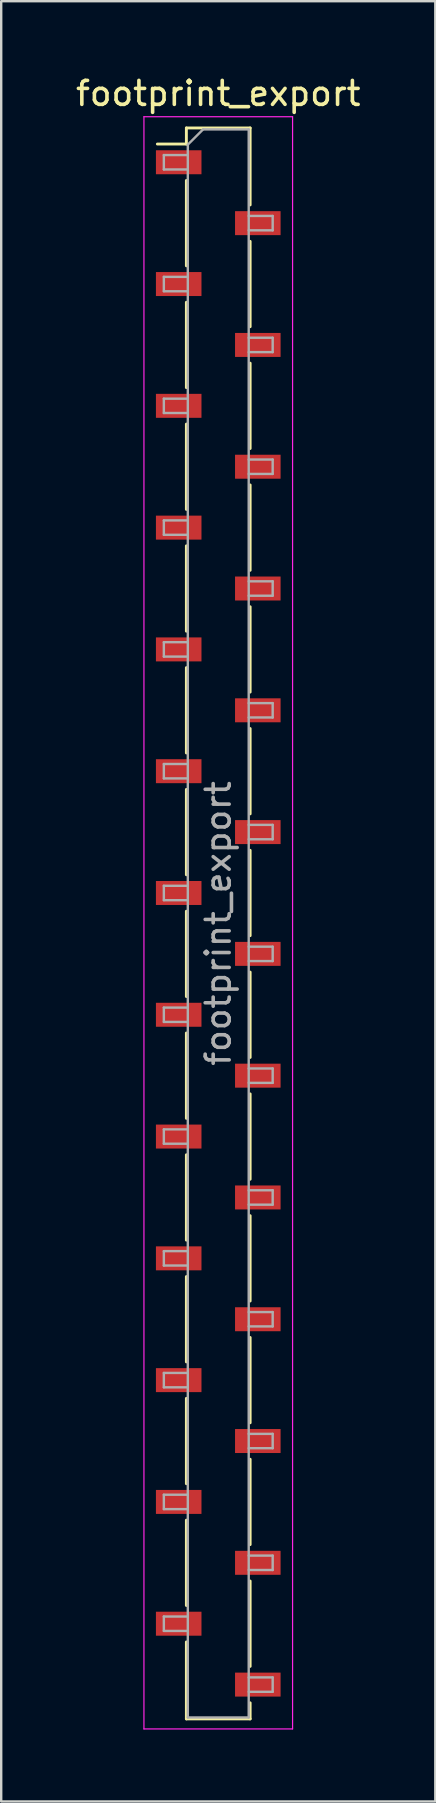
<source format=kicad_pcb>
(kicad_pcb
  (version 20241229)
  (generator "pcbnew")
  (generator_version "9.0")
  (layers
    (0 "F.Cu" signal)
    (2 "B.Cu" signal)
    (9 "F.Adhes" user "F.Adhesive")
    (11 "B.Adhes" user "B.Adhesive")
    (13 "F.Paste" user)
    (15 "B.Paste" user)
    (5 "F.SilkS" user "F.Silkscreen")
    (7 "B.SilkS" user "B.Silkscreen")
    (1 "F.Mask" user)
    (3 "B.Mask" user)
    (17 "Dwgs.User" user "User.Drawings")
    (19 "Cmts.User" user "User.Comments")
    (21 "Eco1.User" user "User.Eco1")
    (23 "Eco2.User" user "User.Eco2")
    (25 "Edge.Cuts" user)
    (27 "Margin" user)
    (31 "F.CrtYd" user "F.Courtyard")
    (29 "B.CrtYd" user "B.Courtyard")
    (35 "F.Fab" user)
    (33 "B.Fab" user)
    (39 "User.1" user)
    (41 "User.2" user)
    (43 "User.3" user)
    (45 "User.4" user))
  (footprint "footprint_export"
    (layer "F.Cu")
    (at 6.054 35.468)
    (property "Reference" "footprint_export" (at 0 -34.62 0) (layer "F.SilkS") (effects (font (size 1 1) (thickness 0.15))))
    (attr smd)
    (fp_line (start -2.54 -32.51) (end -1.33 -32.51) (stroke (width 0.12) (type solid)) (layer "F.SilkS"))
    (fp_line (start -1.33 -33.18) (end -1.33 -32.51) (stroke (width 0.12) (type solid)) (layer "F.SilkS"))
    (fp_line (start -1.33 -33.18) (end 1.33 -33.18) (stroke (width 0.12) (type solid)) (layer "F.SilkS"))
    (fp_line (start -1.33 -30.99) (end -1.33 -27.43) (stroke (width 0.12) (type solid)) (layer "F.SilkS"))
    (fp_line (start -1.33 -25.91) (end -1.33 -22.35) (stroke (width 0.12) (type solid)) (layer "F.SilkS"))
    (fp_line (start -1.33 -20.83) (end -1.33 -17.27) (stroke (width 0.12) (type solid)) (layer "F.SilkS"))
    (fp_line (start -1.33 -15.75) (end -1.33 -12.19) (stroke (width 0.12) (type solid)) (layer "F.SilkS"))
    (fp_line (start -1.33 -10.67) (end -1.33 -7.11) (stroke (width 0.12) (type solid)) (layer "F.SilkS"))
    (fp_line (start -1.33 -5.59) (end -1.33 -2.03) (stroke (width 0.12) (type solid)) (layer "F.SilkS"))
    (fp_line (start -1.33 -0.51) (end -1.33 3.05) (stroke (width 0.12) (type solid)) (layer "F.SilkS"))
    (fp_line (start -1.33 4.57) (end -1.33 8.13) (stroke (width 0.12) (type solid)) (layer "F.SilkS"))
    (fp_line (start -1.33 9.65) (end -1.33 13.21) (stroke (width 0.12) (type solid)) (layer "F.SilkS"))
    (fp_line (start -1.33 14.73) (end -1.33 18.29) (stroke (width 0.12) (type solid)) (layer "F.SilkS"))
    (fp_line (start -1.33 19.81) (end -1.33 23.37) (stroke (width 0.12) (type solid)) (layer "F.SilkS"))
    (fp_line (start -1.33 24.89) (end -1.33 28.45) (stroke (width 0.12) (type solid)) (layer "F.SilkS"))
    (fp_line (start -1.33 29.97) (end -1.33 33.18) (stroke (width 0.12) (type solid)) (layer "F.SilkS"))
    (fp_line (start -1.33 33.18) (end 1.33 33.18) (stroke (width 0.12) (type solid)) (layer "F.SilkS"))
    (fp_line (start 1.33 -33.18) (end 1.33 -29.97) (stroke (width 0.12) (type solid)) (layer "F.SilkS"))
    (fp_line (start 1.33 -28.45) (end 1.33 -24.89) (stroke (width 0.12) (type solid)) (layer "F.SilkS"))
    (fp_line (start 1.33 -23.37) (end 1.33 -19.81) (stroke (width 0.12) (type solid)) (layer "F.SilkS"))
    (fp_line (start 1.33 -18.29) (end 1.33 -14.73) (stroke (width 0.12) (type solid)) (layer "F.SilkS"))
    (fp_line (start 1.33 -13.21) (end 1.33 -9.65) (stroke (width 0.12) (type solid)) (layer "F.SilkS"))
    (fp_line (start 1.33 -8.13) (end 1.33 -4.57) (stroke (width 0.12) (type solid)) (layer "F.SilkS"))
    (fp_line (start 1.33 -3.05) (end 1.33 0.51) (stroke (width 0.12) (type solid)) (layer "F.SilkS"))
    (fp_line (start 1.33 2.03) (end 1.33 5.59) (stroke (width 0.12) (type solid)) (layer "F.SilkS"))
    (fp_line (start 1.33 7.11) (end 1.33 10.67) (stroke (width 0.12) (type solid)) (layer "F.SilkS"))
    (fp_line (start 1.33 12.19) (end 1.33 15.75) (stroke (width 0.12) (type solid)) (layer "F.SilkS"))
    (fp_line (start 1.33 17.27) (end 1.33 20.83) (stroke (width 0.12) (type solid)) (layer "F.SilkS"))
    (fp_line (start 1.33 22.35) (end 1.33 25.91) (stroke (width 0.12) (type solid)) (layer "F.SilkS"))
    (fp_line (start 1.33 27.43) (end 1.33 30.99) (stroke (width 0.12) (type solid)) (layer "F.SilkS"))
    (fp_line (start 1.33 32.51) (end 1.33 33.18) (stroke (width 0.12) (type solid)) (layer "F.SilkS"))
    (fp_line (start -3.1 -33.65) (end 3.1 -33.65) (stroke (width 0.05) (type solid)) (layer "F.CrtYd"))
    (fp_line (start -3.1 33.6) (end -3.1 -33.65) (stroke (width 0.05) (type solid)) (layer "F.CrtYd"))
    (fp_line (start 3.1 -33.65) (end 3.1 33.6) (stroke (width 0.05) (type solid)) (layer "F.CrtYd"))
    (fp_line (start 3.1 33.6) (end -3.1 33.6) (stroke (width 0.05) (type solid)) (layer "F.CrtYd"))
    (fp_line (start -2.27 -32.05) (end -1.27 -32.05) (stroke (width 0.1) (type solid)) (layer "F.Fab"))
    (fp_line (start -2.27 -31.45) (end -2.27 -32.05) (stroke (width 0.1) (type solid)) (layer "F.Fab"))
    (fp_line (start -2.27 -26.97) (end -1.27 -26.97) (stroke (width 0.1) (type solid)) (layer "F.Fab"))
    (fp_line (start -2.27 -26.37) (end -2.27 -26.97) (stroke (width 0.1) (type solid)) (layer "F.Fab"))
    (fp_line (start -2.27 -21.89) (end -1.27 -21.89) (stroke (width 0.1) (type solid)) (layer "F.Fab"))
    (fp_line (start -2.27 -21.29) (end -2.27 -21.89) (stroke (width 0.1) (type solid)) (layer "F.Fab"))
    (fp_line (start -2.27 -16.81) (end -1.27 -16.81) (stroke (width 0.1) (type solid)) (layer "F.Fab"))
    (fp_line (start -2.27 -16.21) (end -2.27 -16.81) (stroke (width 0.1) (type solid)) (layer "F.Fab"))
    (fp_line (start -2.27 -11.73) (end -1.27 -11.73) (stroke (width 0.1) (type solid)) (layer "F.Fab"))
    (fp_line (start -2.27 -11.13) (end -2.27 -11.73) (stroke (width 0.1) (type solid)) (layer "F.Fab"))
    (fp_line (start -2.27 -6.65) (end -1.27 -6.65) (stroke (width 0.1) (type solid)) (layer "F.Fab"))
    (fp_line (start -2.27 -6.05) (end -2.27 -6.65) (stroke (width 0.1) (type solid)) (layer "F.Fab"))
    (fp_line (start -2.27 -1.57) (end -1.27 -1.57) (stroke (width 0.1) (type solid)) (layer "F.Fab"))
    (fp_line (start -2.27 -0.97) (end -2.27 -1.57) (stroke (width 0.1) (type solid)) (layer "F.Fab"))
    (fp_line (start -2.27 3.51) (end -1.27 3.51) (stroke (width 0.1) (type solid)) (layer "F.Fab"))
    (fp_line (start -2.27 4.11) (end -2.27 3.51) (stroke (width 0.1) (type solid)) (layer "F.Fab"))
    (fp_line (start -2.27 8.59) (end -1.27 8.59) (stroke (width 0.1) (type solid)) (layer "F.Fab"))
    (fp_line (start -2.27 9.19) (end -2.27 8.59) (stroke (width 0.1) (type solid)) (layer "F.Fab"))
    (fp_line (start -2.27 13.67) (end -1.27 13.67) (stroke (width 0.1) (type solid)) (layer "F.Fab"))
    (fp_line (start -2.27 14.27) (end -2.27 13.67) (stroke (width 0.1) (type solid)) (layer "F.Fab"))
    (fp_line (start -2.27 18.75) (end -1.27 18.75) (stroke (width 0.1) (type solid)) (layer "F.Fab"))
    (fp_line (start -2.27 19.35) (end -2.27 18.75) (stroke (width 0.1) (type solid)) (layer "F.Fab"))
    (fp_line (start -2.27 23.83) (end -1.27 23.83) (stroke (width 0.1) (type solid)) (layer "F.Fab"))
    (fp_line (start -2.27 24.43) (end -2.27 23.83) (stroke (width 0.1) (type solid)) (layer "F.Fab"))
    (fp_line (start -2.27 28.91) (end -1.27 28.91) (stroke (width 0.1) (type solid)) (layer "F.Fab"))
    (fp_line (start -2.27 29.51) (end -2.27 28.91) (stroke (width 0.1) (type solid)) (layer "F.Fab"))
    (fp_line (start -1.27 -32.485) (end -0.635 -33.12) (stroke (width 0.1) (type solid)) (layer "F.Fab"))
    (fp_line (start -1.27 -31.45) (end -2.27 -31.45) (stroke (width 0.1) (type solid)) (layer "F.Fab"))
    (fp_line (start -1.27 -26.37) (end -2.27 -26.37) (stroke (width 0.1) (type solid)) (layer "F.Fab"))
    (fp_line (start -1.27 -21.29) (end -2.27 -21.29) (stroke (width 0.1) (type solid)) (layer "F.Fab"))
    (fp_line (start -1.27 -16.21) (end -2.27 -16.21) (stroke (width 0.1) (type solid)) (layer "F.Fab"))
    (fp_line (start -1.27 -11.13) (end -2.27 -11.13) (stroke (width 0.1) (type solid)) (layer "F.Fab"))
    (fp_line (start -1.27 -6.05) (end -2.27 -6.05) (stroke (width 0.1) (type solid)) (layer "F.Fab"))
    (fp_line (start -1.27 -0.97) (end -2.27 -0.97) (stroke (width 0.1) (type solid)) (layer "F.Fab"))
    (fp_line (start -1.27 4.11) (end -2.27 4.11) (stroke (width 0.1) (type solid)) (layer "F.Fab"))
    (fp_line (start -1.27 9.19) (end -2.27 9.19) (stroke (width 0.1) (type solid)) (layer "F.Fab"))
    (fp_line (start -1.27 14.27) (end -2.27 14.27) (stroke (width 0.1) (type solid)) (layer "F.Fab"))
    (fp_line (start -1.27 19.35) (end -2.27 19.35) (stroke (width 0.1) (type solid)) (layer "F.Fab"))
    (fp_line (start -1.27 24.43) (end -2.27 24.43) (stroke (width 0.1) (type solid)) (layer "F.Fab"))
    (fp_line (start -1.27 29.51) (end -2.27 29.51) (stroke (width 0.1) (type solid)) (layer "F.Fab"))
    (fp_line (start -1.27 33.12) (end -1.27 -32.485) (stroke (width 0.1) (type solid)) (layer "F.Fab"))
    (fp_line (start -0.635 -33.12) (end 1.27 -33.12) (stroke (width 0.1) (type solid)) (layer "F.Fab"))
    (fp_line (start 1.27 -33.12) (end 1.27 33.12) (stroke (width 0.1) (type solid)) (layer "F.Fab"))
    (fp_line (start 1.27 -29.51) (end 2.27 -29.51) (stroke (width 0.1) (type solid)) (layer "F.Fab"))
    (fp_line (start 1.27 -24.43) (end 2.27 -24.43) (stroke (width 0.1) (type solid)) (layer "F.Fab"))
    (fp_line (start 1.27 -19.35) (end 2.27 -19.35) (stroke (width 0.1) (type solid)) (layer "F.Fab"))
    (fp_line (start 1.27 -14.27) (end 2.27 -14.27) (stroke (width 0.1) (type solid)) (layer "F.Fab"))
    (fp_line (start 1.27 -9.19) (end 2.27 -9.19) (stroke (width 0.1) (type solid)) (layer "F.Fab"))
    (fp_line (start 1.27 -4.11) (end 2.27 -4.11) (stroke (width 0.1) (type solid)) (layer "F.Fab"))
    (fp_line (start 1.27 0.97) (end 2.27 0.97) (stroke (width 0.1) (type solid)) (layer "F.Fab"))
    (fp_line (start 1.27 6.05) (end 2.27 6.05) (stroke (width 0.1) (type solid)) (layer "F.Fab"))
    (fp_line (start 1.27 11.13) (end 2.27 11.13) (stroke (width 0.1) (type solid)) (layer "F.Fab"))
    (fp_line (start 1.27 16.21) (end 2.27 16.21) (stroke (width 0.1) (type solid)) (layer "F.Fab"))
    (fp_line (start 1.27 21.29) (end 2.27 21.29) (stroke (width 0.1) (type solid)) (layer "F.Fab"))
    (fp_line (start 1.27 26.37) (end 2.27 26.37) (stroke (width 0.1) (type solid)) (layer "F.Fab"))
    (fp_line (start 1.27 31.45) (end 2.27 31.45) (stroke (width 0.1) (type solid)) (layer "F.Fab"))
    (fp_line (start 1.27 33.12) (end -1.27 33.12) (stroke (width 0.1) (type solid)) (layer "F.Fab"))
    (fp_line (start 2.27 -29.51) (end 2.27 -28.91) (stroke (width 0.1) (type solid)) (layer "F.Fab"))
    (fp_line (start 2.27 -28.91) (end 1.27 -28.91) (stroke (width 0.1) (type solid)) (layer "F.Fab"))
    (fp_line (start 2.27 -24.43) (end 2.27 -23.83) (stroke (width 0.1) (type solid)) (layer "F.Fab"))
    (fp_line (start 2.27 -23.83) (end 1.27 -23.83) (stroke (width 0.1) (type solid)) (layer "F.Fab"))
    (fp_line (start 2.27 -19.35) (end 2.27 -18.75) (stroke (width 0.1) (type solid)) (layer "F.Fab"))
    (fp_line (start 2.27 -18.75) (end 1.27 -18.75) (stroke (width 0.1) (type solid)) (layer "F.Fab"))
    (fp_line (start 2.27 -14.27) (end 2.27 -13.67) (stroke (width 0.1) (type solid)) (layer "F.Fab"))
    (fp_line (start 2.27 -13.67) (end 1.27 -13.67) (stroke (width 0.1) (type solid)) (layer "F.Fab"))
    (fp_line (start 2.27 -9.19) (end 2.27 -8.59) (stroke (width 0.1) (type solid)) (layer "F.Fab"))
    (fp_line (start 2.27 -8.59) (end 1.27 -8.59) (stroke (width 0.1) (type solid)) (layer "F.Fab"))
    (fp_line (start 2.27 -4.11) (end 2.27 -3.51) (stroke (width 0.1) (type solid)) (layer "F.Fab"))
    (fp_line (start 2.27 -3.51) (end 1.27 -3.51) (stroke (width 0.1) (type solid)) (layer "F.Fab"))
    (fp_line (start 2.27 0.97) (end 2.27 1.57) (stroke (width 0.1) (type solid)) (layer "F.Fab"))
    (fp_line (start 2.27 1.57) (end 1.27 1.57) (stroke (width 0.1) (type solid)) (layer "F.Fab"))
    (fp_line (start 2.27 6.05) (end 2.27 6.65) (stroke (width 0.1) (type solid)) (layer "F.Fab"))
    (fp_line (start 2.27 6.65) (end 1.27 6.65) (stroke (width 0.1) (type solid)) (layer "F.Fab"))
    (fp_line (start 2.27 11.13) (end 2.27 11.73) (stroke (width 0.1) (type solid)) (layer "F.Fab"))
    (fp_line (start 2.27 11.73) (end 1.27 11.73) (stroke (width 0.1) (type solid)) (layer "F.Fab"))
    (fp_line (start 2.27 16.21) (end 2.27 16.81) (stroke (width 0.1) (type solid)) (layer "F.Fab"))
    (fp_line (start 2.27 16.81) (end 1.27 16.81) (stroke (width 0.1) (type solid)) (layer "F.Fab"))
    (fp_line (start 2.27 21.29) (end 2.27 21.89) (stroke (width 0.1) (type solid)) (layer "F.Fab"))
    (fp_line (start 2.27 21.89) (end 1.27 21.89) (stroke (width 0.1) (type solid)) (layer "F.Fab"))
    (fp_line (start 2.27 26.37) (end 2.27 26.97) (stroke (width 0.1) (type solid)) (layer "F.Fab"))
    (fp_line (start 2.27 26.97) (end 1.27 26.97) (stroke (width 0.1) (type solid)) (layer "F.Fab"))
    (fp_line (start 2.27 31.45) (end 2.27 32.05) (stroke (width 0.1) (type solid)) (layer "F.Fab"))
    (fp_line (start 2.27 32.05) (end 1.27 32.05) (stroke (width 0.1) (type solid)) (layer "F.Fab"))
    (fp_text user "${REFERENCE}" (at 0 0 90) (layer "F.Fab") (effects (font (size 1 1) (thickness 0.15))))
    (pad "1" smd rect (at -1.65 -31.75) (size 1.9 1) (layers "F.Cu" "F.Mask" "F.Paste"))
    (pad "2" smd rect (at 1.65 -29.21) (size 1.9 1) (layers "F.Cu" "F.Mask" "F.Paste"))
    (pad "3" smd rect (at -1.65 -26.67) (size 1.9 1) (layers "F.Cu" "F.Mask" "F.Paste"))
    (pad "4" smd rect (at 1.65 -24.13) (size 1.9 1) (layers "F.Cu" "F.Mask" "F.Paste"))
    (pad "5" smd rect (at -1.65 -21.59) (size 1.9 1) (layers "F.Cu" "F.Mask" "F.Paste"))
    (pad "6" smd rect (at 1.65 -19.05) (size 1.9 1) (layers "F.Cu" "F.Mask" "F.Paste"))
    (pad "7" smd rect (at -1.65 -16.51) (size 1.9 1) (layers "F.Cu" "F.Mask" "F.Paste"))
    (pad "8" smd rect (at 1.65 -13.97) (size 1.9 1) (layers "F.Cu" "F.Mask" "F.Paste"))
    (pad "9" smd rect (at -1.65 -11.43) (size 1.9 1) (layers "F.Cu" "F.Mask" "F.Paste"))
    (pad "10" smd rect (at 1.65 -8.89) (size 1.9 1) (layers "F.Cu" "F.Mask" "F.Paste"))
    (pad "11" smd rect (at -1.65 -6.35) (size 1.9 1) (layers "F.Cu" "F.Mask" "F.Paste"))
    (pad "12" smd rect (at 1.65 -3.81) (size 1.9 1) (layers "F.Cu" "F.Mask" "F.Paste"))
    (pad "13" smd rect (at -1.65 -1.27) (size 1.9 1) (layers "F.Cu" "F.Mask" "F.Paste"))
    (pad "14" smd rect (at 1.65 1.27) (size 1.9 1) (layers "F.Cu" "F.Mask" "F.Paste"))
    (pad "15" smd rect (at -1.65 3.81) (size 1.9 1) (layers "F.Cu" "F.Mask" "F.Paste"))
    (pad "16" smd rect (at 1.65 6.35) (size 1.9 1) (layers "F.Cu" "F.Mask" "F.Paste"))
    (pad "17" smd rect (at -1.65 8.89) (size 1.9 1) (layers "F.Cu" "F.Mask" "F.Paste"))
    (pad "18" smd rect (at 1.65 11.43) (size 1.9 1) (layers "F.Cu" "F.Mask" "F.Paste"))
    (pad "19" smd rect (at -1.65 13.97) (size 1.9 1) (layers "F.Cu" "F.Mask" "F.Paste"))
    (pad "20" smd rect (at 1.65 16.51) (size 1.9 1) (layers "F.Cu" "F.Mask" "F.Paste"))
    (pad "21" smd rect (at -1.65 19.05) (size 1.9 1) (layers "F.Cu" "F.Mask" "F.Paste"))
    (pad "22" smd rect (at 1.65 21.59) (size 1.9 1) (layers "F.Cu" "F.Mask" "F.Paste"))
    (pad "23" smd rect (at -1.65 24.13) (size 1.9 1) (layers "F.Cu" "F.Mask" "F.Paste"))
    (pad "24" smd rect (at 1.65 26.67) (size 1.9 1) (layers "F.Cu" "F.Mask" "F.Paste"))
    (pad "25" smd rect (at -1.65 29.21) (size 1.9 1) (layers "F.Cu" "F.Mask" "F.Paste"))
    (pad "26" smd rect (at 1.65 31.75) (size 1.9 1) (layers "F.Cu" "F.Mask" "F.Paste")))
  (gr_rect
    (start -3 -3)
    (end 15.107 72.093)
    (stroke (width 0.1) (type default))
    (fill no)
    (layer "Edge.Cuts")))
</source>
